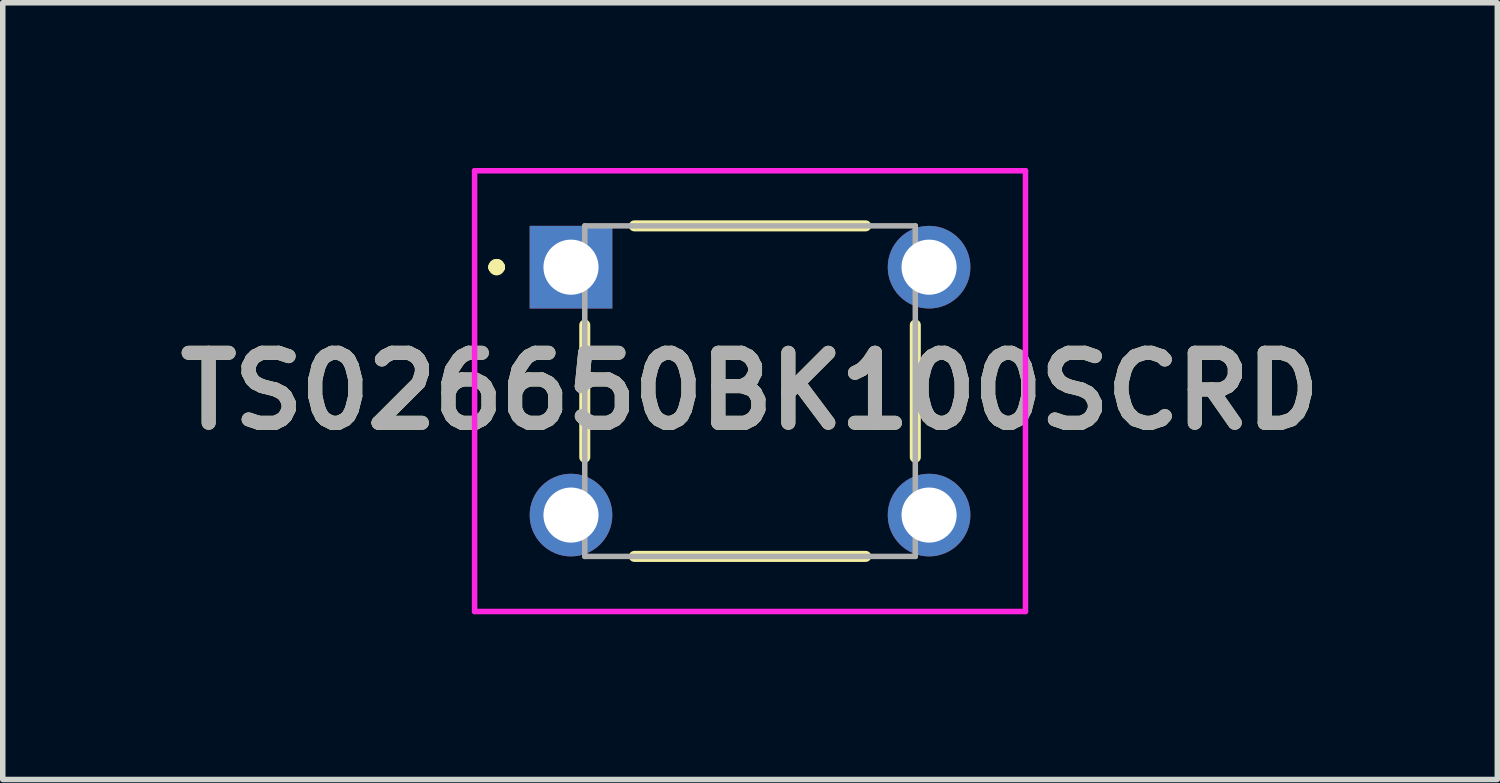
<source format=kicad_pcb>
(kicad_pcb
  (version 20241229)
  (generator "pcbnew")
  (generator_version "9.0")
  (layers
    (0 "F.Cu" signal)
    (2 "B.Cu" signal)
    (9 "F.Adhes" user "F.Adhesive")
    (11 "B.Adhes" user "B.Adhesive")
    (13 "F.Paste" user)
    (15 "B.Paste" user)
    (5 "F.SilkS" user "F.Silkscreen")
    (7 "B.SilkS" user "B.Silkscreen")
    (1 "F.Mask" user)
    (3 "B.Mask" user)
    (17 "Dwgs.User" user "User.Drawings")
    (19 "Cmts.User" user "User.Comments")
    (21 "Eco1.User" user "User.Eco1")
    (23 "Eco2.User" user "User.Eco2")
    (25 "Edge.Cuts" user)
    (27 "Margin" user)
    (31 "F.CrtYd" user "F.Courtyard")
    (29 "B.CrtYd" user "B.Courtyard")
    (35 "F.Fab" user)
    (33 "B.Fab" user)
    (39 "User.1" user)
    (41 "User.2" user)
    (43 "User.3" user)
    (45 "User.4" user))
  (footprint "TS026650BK100SCRD"
    (layer "F.Cu")
    (at 7.315 1.8)
    (property "Reference" "TS026650BK100SCRD" (at 3.25 2.25 0) (layer "F.SilkS") (effects (font (size 1.27 1.27) (thickness 0.254))))
    (attr through_hole)
    (fp_line (start -1.4 0) (end -1.4 0) (stroke (width 0.2) (type solid)) (layer "F.SilkS"))
    (fp_line (start -1.3 0) (end -1.3 0) (stroke (width 0.2) (type solid)) (layer "F.SilkS"))
    (fp_line (start -1.3 0) (end -1.3 0) (stroke (width 0.2) (type solid)) (layer "F.SilkS"))
    (fp_line (start 0.25 1.05) (end 0.25 3.45) (stroke (width 0.2) (type solid)) (layer "F.SilkS"))
    (fp_line (start 1.15 -0.75) (end 5.35 -0.75) (stroke (width 0.2) (type solid)) (layer "F.SilkS"))
    (fp_line (start 1.15 5.25) (end 5.35 5.25) (stroke (width 0.2) (type solid)) (layer "F.SilkS"))
    (fp_line (start 6.25 1.05) (end 6.25 3.45) (stroke (width 0.2) (type solid)) (layer "F.SilkS"))
    (fp_arc (start -1.4 0) (mid -1.35 -0.05) (end -1.3 0) (stroke (width 0.2) (type solid)) (layer "F.SilkS"))
    (fp_arc (start -1.4 0) (mid -1.35 -0.05) (end -1.3 0) (stroke (width 0.2) (type solid)) (layer "F.SilkS"))
    (fp_arc (start -1.3 0) (mid -1.35 0.05) (end -1.4 0) (stroke (width 0.2) (type solid)) (layer "F.SilkS"))
    (fp_line (start -1.75 -1.75) (end 8.25 -1.75) (stroke (width 0.1) (type solid)) (layer "F.CrtYd"))
    (fp_line (start -1.75 6.25) (end -1.75 -1.75) (stroke (width 0.1) (type solid)) (layer "F.CrtYd"))
    (fp_line (start 8.25 -1.75) (end 8.25 6.25) (stroke (width 0.1) (type solid)) (layer "F.CrtYd"))
    (fp_line (start 8.25 6.25) (end -1.75 6.25) (stroke (width 0.1) (type solid)) (layer "F.CrtYd"))
    (fp_line (start 0.25 -0.75) (end 0.25 5.25) (stroke (width 0.1) (type solid)) (layer "F.Fab"))
    (fp_line (start 0.25 5.25) (end 6.25 5.25) (stroke (width 0.1) (type solid)) (layer "F.Fab"))
    (fp_line (start 6.25 -0.75) (end 0.25 -0.75) (stroke (width 0.1) (type solid)) (layer "F.Fab"))
    (fp_line (start 6.25 5.25) (end 6.25 -0.75) (stroke (width 0.1) (type solid)) (layer "F.Fab"))
    (fp_text user "${REFERENCE}" (at 3.25 2.25 0) (layer "F.Fab") (effects (font (size 1.27 1.27) (thickness 0.254))))
    (pad "1" thru_hole rect (at 0 0) (size 1.5 1.5) (drill 1) (layers "*.Cu" "*.Mask"))
    (pad "2" thru_hole circle (at 6.5 0) (size 1.5 1.5) (drill 1) (layers "*.Cu" "*.Mask"))
    (pad "3" thru_hole circle (at 0 4.5) (size 1.5 1.5) (drill 1) (layers "*.Cu" "*.Mask"))
    (pad "4" thru_hole circle (at 6.5 4.5) (size 1.5 1.5) (drill 1) (layers "*.Cu" "*.Mask")))
  (gr_rect
    (start -3 -3)
    (end 24.13 11.1)
    (stroke (width 0.1) (type default))
    (fill no)
    (layer "Edge.Cuts")))
</source>
